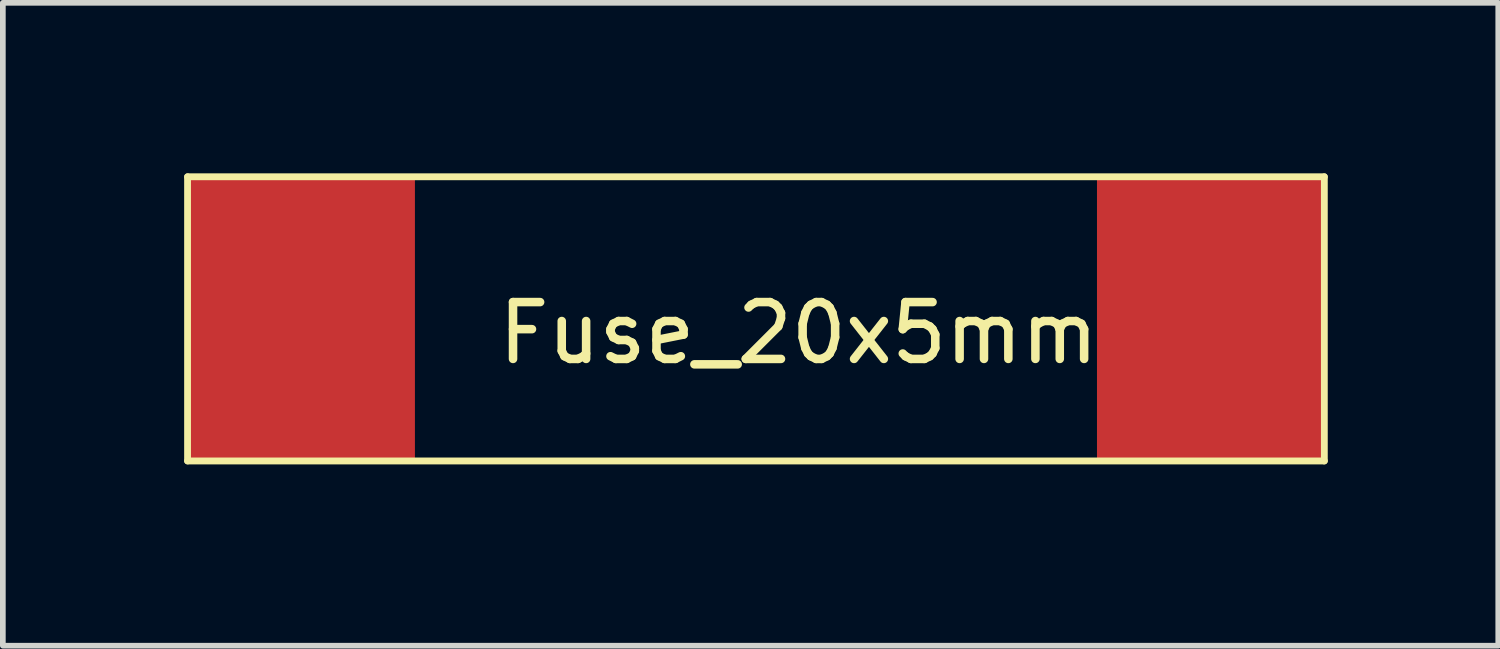
<source format=kicad_pcb>
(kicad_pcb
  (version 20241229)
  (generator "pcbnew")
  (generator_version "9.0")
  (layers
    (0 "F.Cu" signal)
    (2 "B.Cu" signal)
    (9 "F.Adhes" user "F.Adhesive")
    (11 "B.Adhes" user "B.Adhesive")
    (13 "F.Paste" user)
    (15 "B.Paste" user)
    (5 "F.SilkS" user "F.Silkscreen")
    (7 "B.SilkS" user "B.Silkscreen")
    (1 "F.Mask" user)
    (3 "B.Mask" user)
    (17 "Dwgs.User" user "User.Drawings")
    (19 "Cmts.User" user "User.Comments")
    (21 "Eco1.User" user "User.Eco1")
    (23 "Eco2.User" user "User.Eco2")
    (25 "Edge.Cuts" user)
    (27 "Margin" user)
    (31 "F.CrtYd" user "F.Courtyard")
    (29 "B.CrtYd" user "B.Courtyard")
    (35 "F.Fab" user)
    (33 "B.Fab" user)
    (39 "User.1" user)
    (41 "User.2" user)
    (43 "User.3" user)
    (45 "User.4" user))
  (footprint "Fuse_20x5mm"
    (layer "F.Cu")
    (at 0.25 5.06)
    (property "Reference" "Fuse_20x5mm" (at 10.75 -2.25 0) (layer "F.SilkS") (effects (font (size 1 1) (thickness 0.15))))
    (attr through_hole)
    (fp_line (start 0 -5) (end 20 -5) (stroke (width 0.12) (type solid)) (layer "F.SilkS"))
    (fp_line (start 0 0) (end 0 -5) (stroke (width 0.12) (type solid)) (layer "F.SilkS"))
    (fp_line (start 20 -5) (end 20 0) (stroke (width 0.12) (type solid)) (layer "F.SilkS"))
    (fp_line (start 20 0) (end 0 0) (stroke (width 0.12) (type solid)) (layer "F.SilkS"))
    (pad "1" smd rect (at 2 -2.5) (size 4 5) (layers "F.Cu" "F.Mask" "F.Paste"))
    (pad "2" smd rect (at 18 -2.5) (size 4 5) (layers "F.Cu" "F.Mask" "F.Paste")))
  (gr_rect
    (start -3 -3)
    (end 23.31 8.31)
    (stroke (width 0.1) (type default))
    (fill no)
    (layer "Edge.Cuts")))
</source>
